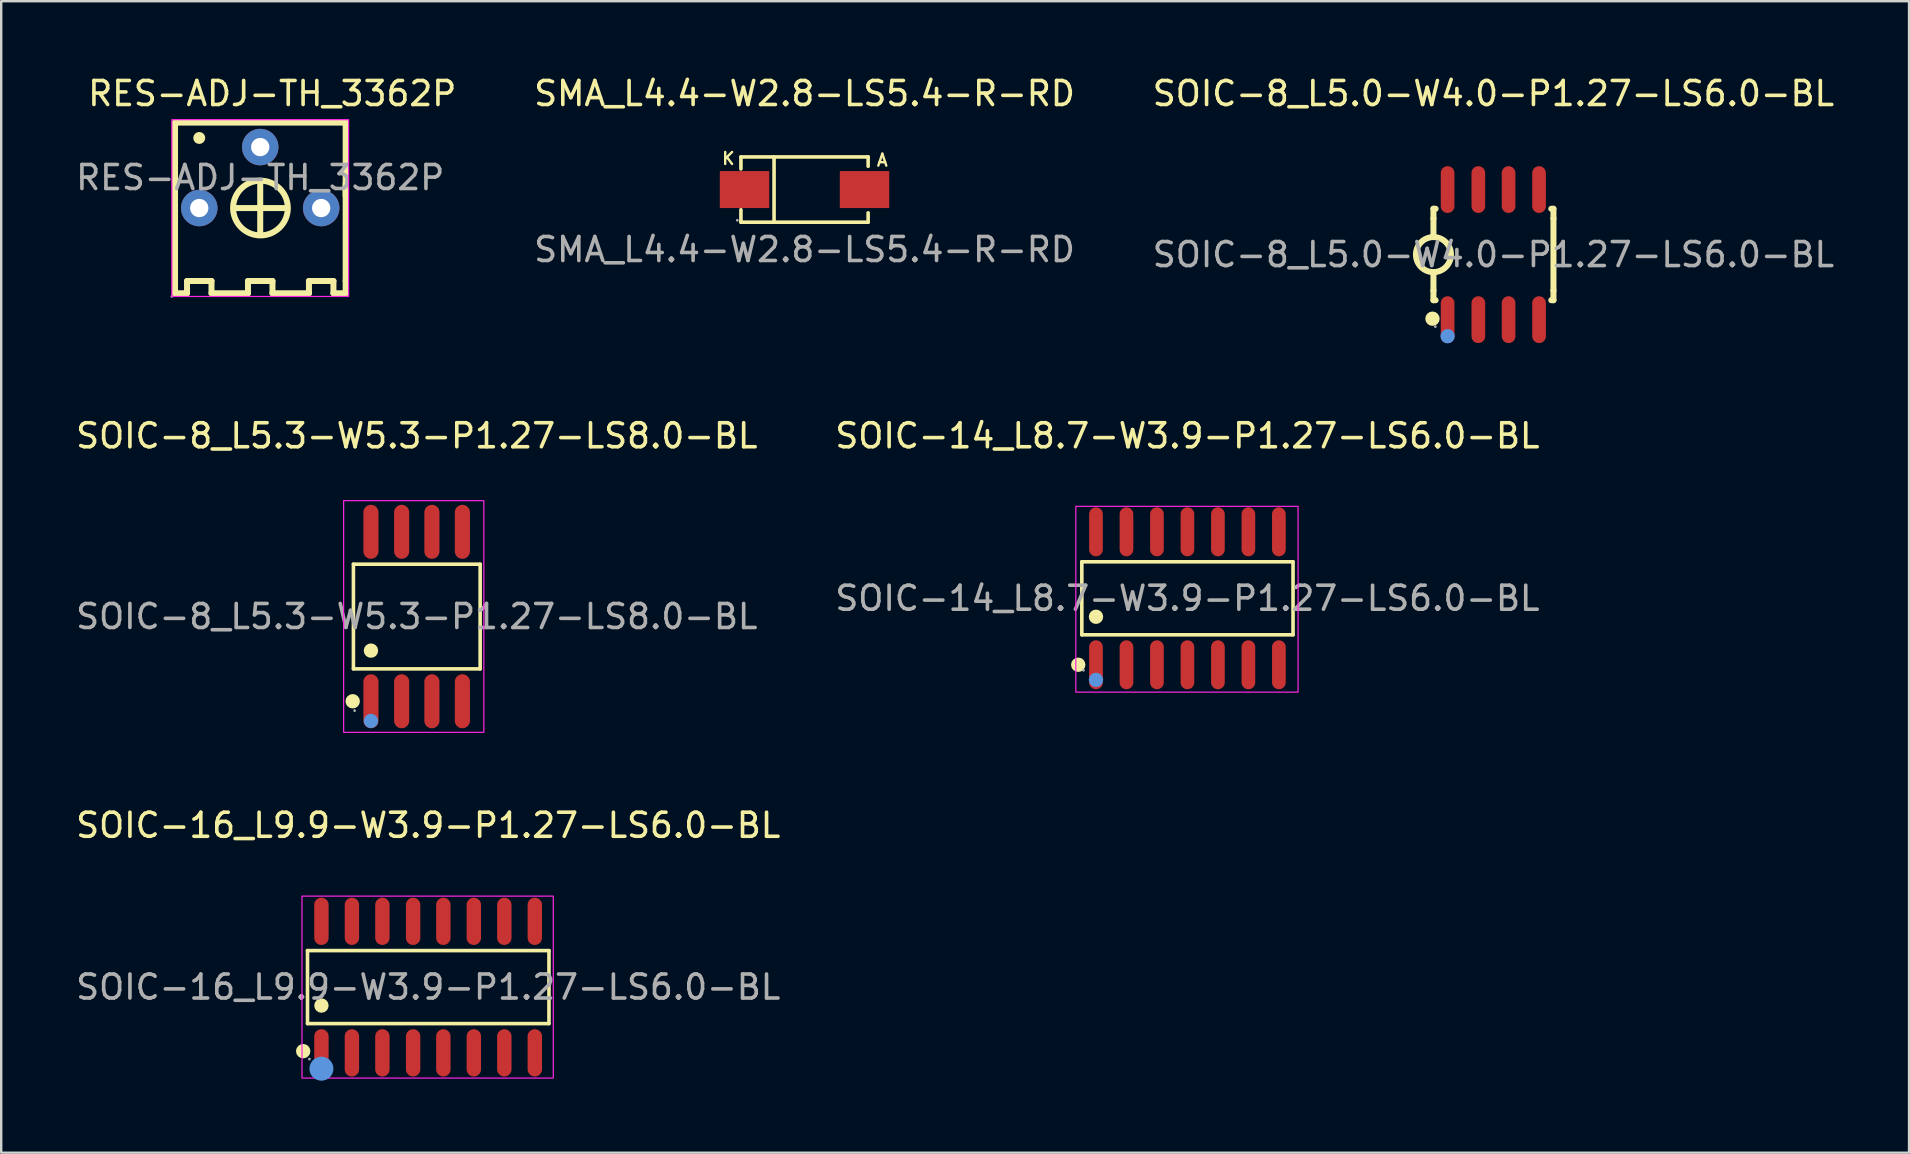
<source format=kicad_pcb>
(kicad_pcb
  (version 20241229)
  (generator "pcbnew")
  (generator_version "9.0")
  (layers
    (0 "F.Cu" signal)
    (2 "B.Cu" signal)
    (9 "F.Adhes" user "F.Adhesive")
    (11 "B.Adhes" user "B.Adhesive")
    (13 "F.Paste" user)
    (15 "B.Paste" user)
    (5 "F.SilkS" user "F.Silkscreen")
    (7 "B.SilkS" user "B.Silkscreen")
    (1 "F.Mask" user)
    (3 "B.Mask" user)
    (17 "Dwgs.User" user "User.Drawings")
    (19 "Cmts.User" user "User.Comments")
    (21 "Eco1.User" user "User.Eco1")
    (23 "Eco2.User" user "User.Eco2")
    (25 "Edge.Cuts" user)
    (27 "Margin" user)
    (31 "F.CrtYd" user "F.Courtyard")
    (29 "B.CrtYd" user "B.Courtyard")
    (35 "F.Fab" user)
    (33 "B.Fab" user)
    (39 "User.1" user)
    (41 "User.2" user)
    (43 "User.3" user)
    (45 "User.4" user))
  (footprint "SOIC-8_L5.0-W4.0-P1.27-LS6.0-BL"
    (layer "F.Cu")
    (at 59.173 7.558)
    (property "Reference" "SOIC-8_L5.0-W4.0-P1.27-LS6.0-BL" (at 0 -6.71 0) (layer "F.SilkS") (effects (font (size 1 1) (thickness 0.15))))
    (attr smd)
    (fp_line (start -2.5 -1.91) (end -2.41 -1.91) (stroke (width 0.25) (type solid)) (layer "F.SilkS"))
    (fp_line (start -2.5 -1.5) (end -2.5 -1.91) (stroke (width 0.25) (type solid)) (layer "F.SilkS"))
    (fp_line (start -2.5 -1.5) (end -2.5 -0.73) (stroke (width 0.25) (type solid)) (layer "F.SilkS"))
    (fp_line (start -2.5 1.5) (end -2.5 0.73) (stroke (width 0.25) (type solid)) (layer "F.SilkS"))
    (fp_line (start -2.5 1.5) (end -2.5 1.9) (stroke (width 0.25) (type solid)) (layer "F.SilkS"))
    (fp_line (start -2.5 1.9) (end -2.41 1.9) (stroke (width 0.25) (type solid)) (layer "F.SilkS"))
    (fp_line (start 2.5 -1.91) (end 2.41 -1.91) (stroke (width 0.25) (type solid)) (layer "F.SilkS"))
    (fp_line (start 2.5 -1.5) (end 2.5 -1.91) (stroke (width 0.25) (type solid)) (layer "F.SilkS"))
    (fp_line (start 2.5 -1.5) (end 2.5 1.5) (stroke (width 0.25) (type solid)) (layer "F.SilkS"))
    (fp_line (start 2.5 1.5) (end 2.5 1.9) (stroke (width 0.25) (type solid)) (layer "F.SilkS"))
    (fp_line (start 2.5 1.9) (end 2.41 1.9) (stroke (width 0.25) (type solid)) (layer "F.SilkS"))
    (fp_arc (start -2.48726 -0.729889) (mid -2.50637 0.729972) (end -2.5 -0.73) (stroke (width 0.25) (type solid)) (layer "F.SilkS"))
    (fp_circle (center -2.54 2.67) (end -2.39 2.67) (stroke (width 0.3) (type solid)) (fill no) (layer "F.SilkS"))
    (fp_circle (center -1.91 3.4) (end -1.76 3.4) (stroke (width 0.3) (type solid)) (fill no) (layer "Cmts.User"))
    (fp_circle (center -2.42 3) (end -2.39 3) (stroke (width 0.06) (type solid)) (fill no) (layer "F.Fab"))
    (fp_text user "${REFERENCE}" (at 0 0 0) (layer "F.Fab") (effects (font (size 1 1) (thickness 0.15))))
    (pad "1" smd oval (at -1.91 2.71) (size 0.57 1.95) (layers "F.Cu" "F.Mask" "F.Paste"))
    (pad "2" smd oval (at -0.63 2.71) (size 0.57 1.95) (layers "F.Cu" "F.Mask" "F.Paste"))
    (pad "3" smd oval (at 0.63 2.71) (size 0.57 1.95) (layers "F.Cu" "F.Mask" "F.Paste"))
    (pad "4" smd oval (at 1.9 2.71) (size 0.57 1.95) (layers "F.Cu" "F.Mask" "F.Paste"))
    (pad "5" smd oval (at 1.9 -2.71) (size 0.57 1.95) (layers "F.Cu" "F.Mask" "F.Paste"))
    (pad "6" smd oval (at 0.63 -2.71) (size 0.57 1.95) (layers "F.Cu" "F.Mask" "F.Paste"))
    (pad "7" smd oval (at -0.63 -2.71) (size 0.57 1.95) (layers "F.Cu" "F.Mask" "F.Paste"))
    (pad "8" smd oval (at -1.91 -2.71) (size 0.57 1.95) (layers "F.Cu" "F.Mask" "F.Paste")))
  (footprint "SOIC-8_L5.3-W5.3-P1.27-LS8.0-BL"
    (layer "F.Cu")
    (at 14.315 22.637)
    (property "Reference" "SOIC-8_L5.3-W5.3-P1.27-LS8.0-BL" (at 0 -7.53 0) (layer "F.SilkS") (effects (font (size 1 1) (thickness 0.15))))
    (attr smd)
    (fp_line (start -2.64 -2.18) (end 2.64 -2.18) (stroke (width 0.15) (type solid)) (layer "F.SilkS"))
    (fp_line (start -2.64 2.18) (end -2.64 -2.18) (stroke (width 0.15) (type solid)) (layer "F.SilkS"))
    (fp_line (start 2.64 -2.18) (end 2.64 2.18) (stroke (width 0.15) (type solid)) (layer "F.SilkS"))
    (fp_line (start 2.64 2.18) (end -2.64 2.18) (stroke (width 0.15) (type solid)) (layer "F.SilkS"))
    (fp_circle (center -2.67 3.53) (end -2.52 3.53) (stroke (width 0.3) (type solid)) (fill no) (layer "F.SilkS"))
    (fp_circle (center -1.91 1.42) (end -1.76 1.42) (stroke (width 0.3) (type solid)) (fill no) (layer "F.SilkS"))
    (fp_circle (center -1.91 4.35) (end -1.76 4.35) (stroke (width 0.3) (type solid)) (fill no) (layer "Cmts.User"))
    (fp_rect (start -3.048 -4.826) (end 2.794 4.826) (stroke (width 0.05) (type default)) (fill no) (layer "F.CrtYd"))
    (fp_circle (center -2.59 3.92) (end -2.56 3.92) (stroke (width 0.06) (type solid)) (fill no) (layer "F.Fab"))
    (fp_text user "${REFERENCE}" (at 0 0 0) (layer "F.Fab") (effects (font (size 1 1) (thickness 0.15))))
    (pad "1" smd oval (at -1.91 3.53) (size 0.63 2.25) (layers "F.Cu" "F.Mask" "F.Paste"))
    (pad "2" smd oval (at -0.63 3.53) (size 0.63 2.25) (layers "F.Cu" "F.Mask" "F.Paste"))
    (pad "3" smd oval (at 0.63 3.53) (size 0.63 2.25) (layers "F.Cu" "F.Mask" "F.Paste"))
    (pad "4" smd oval (at 1.9 3.53) (size 0.63 2.25) (layers "F.Cu" "F.Mask" "F.Paste"))
    (pad "5" smd oval (at 1.9 -3.53) (size 0.63 2.25) (layers "F.Cu" "F.Mask" "F.Paste"))
    (pad "6" smd oval (at 0.63 -3.53) (size 0.63 2.25) (layers "F.Cu" "F.Mask" "F.Paste"))
    (pad "7" smd oval (at -0.63 -3.53) (size 0.63 2.25) (layers "F.Cu" "F.Mask" "F.Paste"))
    (pad "8" smd oval (at -1.91 -3.53) (size 0.63 2.25) (layers "F.Cu" "F.Mask" "F.Paste")))
  (footprint "SMA_L4.4-W2.8-LS5.4-R-RD"
    (layer "F.Cu")
    (at 30.47 4.848)
    (property "Reference" "SMA_L4.4-W2.8-LS5.4-R-RD" (at 0 -4 0) (layer "F.SilkS") (effects (font (size 1 1) (thickness 0.15))))
    (attr smd)
    (fp_line (start -2.65 -1.36) (end -2.65 -0.86) (stroke (width 0.15) (type default)) (layer "F.SilkS"))
    (fp_line (start -2.65 -1.36) (end 2.65 -1.36) (stroke (width 0.15) (type solid)) (layer "F.SilkS"))
    (fp_line (start -2.65 1.36) (end -2.65 0.84) (stroke (width 0.15) (type default)) (layer "F.SilkS"))
    (fp_line (start -2.65 1.36) (end 2.65 1.36) (stroke (width 0.15) (type solid)) (layer "F.SilkS"))
    (fp_line (start -1.27 -1.36) (end -1.27 1.36) (stroke (width 0.15) (type solid)) (layer "F.SilkS"))
    (fp_line (start 2.65 -1.36) (end 2.65 -0.97) (stroke (width 0.15) (type solid)) (layer "F.SilkS"))
    (fp_line (start 2.65 1.36) (end 2.65 0.97) (stroke (width 0.15) (type solid)) (layer "F.SilkS"))
    (fp_circle (center -2.8 1.28) (end -2.77 1.28) (stroke (width 0.06) (type solid)) (fill no) (layer "F.Fab"))
    (fp_text user "K" (at -3.49 -1 0) (unlocked yes) (layer "F.SilkS") (effects (font (size 0.5 0.5) (thickness 0.1)) (justify left bottom)))
    (fp_text user "A" (at 2.96 -0.93 0) (unlocked yes) (layer "F.SilkS") (effects (font (size 0.5 0.5) (thickness 0.1)) (justify left bottom)))
    (fp_text user "${REFERENCE}" (at 0 2.5 0) (layer "F.Fab") (effects (font (size 1 1) (thickness 0.15))))
    (pad "1" smd rect (at 2.5 0) (size 2.06 1.54) (layers "F.Cu" "F.Mask" "F.Paste"))
    (pad "2" smd rect (at -2.5 0) (size 2.06 1.54) (layers "F.Cu" "F.Mask" "F.Paste")))
  (footprint "SOIC-14_L8.7-W3.9-P1.27-LS6.0-BL"
    (layer "F.Cu")
    (at 46.423 21.877)
    (property "Reference" "SOIC-14_L8.7-W3.9-P1.27-LS6.0-BL" (at 0 -6.77 0) (layer "F.SilkS") (effects (font (size 1 1) (thickness 0.15))))
    (attr smd)
    (fp_line (start -4.4 -1.52) (end 4.4 -1.52) (stroke (width 0.15) (type solid)) (layer "F.SilkS"))
    (fp_line (start -4.4 1.52) (end -4.4 -1.52) (stroke (width 0.15) (type solid)) (layer "F.SilkS"))
    (fp_line (start 4.4 -1.52) (end 4.4 1.52) (stroke (width 0.15) (type solid)) (layer "F.SilkS"))
    (fp_line (start 4.4 1.52) (end -4.4 1.52) (stroke (width 0.15) (type solid)) (layer "F.SilkS"))
    (fp_circle (center -4.55 2.77) (end -4.4 2.77) (stroke (width 0.3) (type solid)) (fill no) (layer "F.SilkS"))
    (fp_circle (center -3.81 0.77) (end -3.66 0.77) (stroke (width 0.3) (type solid)) (fill no) (layer "F.SilkS"))
    (fp_circle (center -3.81 3.4) (end -3.66 3.4) (stroke (width 0.3) (type solid)) (fill no) (layer "Cmts.User"))
    (fp_rect (start -4.65 -3.83) (end 4.61 3.91) (stroke (width 0.05) (type default)) (fill no) (layer "F.CrtYd"))
    (fp_circle (center -4.33 3) (end -4.3 3) (stroke (width 0.06) (type solid)) (fill no) (layer "F.Fab"))
    (fp_text user "${REFERENCE}" (at 0 0 0) (layer "F.Fab") (effects (font (size 1 1) (thickness 0.15))))
    (pad "1" smd oval (at -3.81 2.77) (size 0.57 2.04) (layers "F.Cu" "F.Mask" "F.Paste"))
    (pad "2" smd oval (at -2.54 2.77) (size 0.57 2.04) (layers "F.Cu" "F.Mask" "F.Paste"))
    (pad "3" smd oval (at -1.27 2.77) (size 0.57 2.04) (layers "F.Cu" "F.Mask" "F.Paste"))
    (pad "4" smd oval (at 0 2.77) (size 0.57 2.04) (layers "F.Cu" "F.Mask" "F.Paste"))
    (pad "5" smd oval (at 1.27 2.77) (size 0.57 2.04) (layers "F.Cu" "F.Mask" "F.Paste"))
    (pad "6" smd oval (at 2.54 2.77) (size 0.57 2.04) (layers "F.Cu" "F.Mask" "F.Paste"))
    (pad "7" smd oval (at 3.81 2.77) (size 0.57 2.04) (layers "F.Cu" "F.Mask" "F.Paste"))
    (pad "8" smd oval (at 3.81 -2.77) (size 0.57 2.04) (layers "F.Cu" "F.Mask" "F.Paste"))
    (pad "9" smd oval (at 2.54 -2.77) (size 0.57 2.04) (layers "F.Cu" "F.Mask" "F.Paste"))
    (pad "10" smd oval (at 1.27 -2.77) (size 0.57 2.04) (layers "F.Cu" "F.Mask" "F.Paste"))
    (pad "11" smd oval (at 0 -2.77) (size 0.57 2.04) (layers "F.Cu" "F.Mask" "F.Paste"))
    (pad "12" smd oval (at -1.27 -2.77) (size 0.57 2.04) (layers "F.Cu" "F.Mask" "F.Paste"))
    (pad "13" smd oval (at -2.54 -2.77) (size 0.57 2.04) (layers "F.Cu" "F.Mask" "F.Paste"))
    (pad "14" smd oval (at -3.81 -2.77) (size 0.57 2.04) (layers "F.Cu" "F.Mask" "F.Paste")))
  (footprint "SOIC-16_L9.9-W3.9-P1.27-LS6.0-BL"
    (layer "F.Cu")
    (at 14.792 38.076)
    (property "Reference" "SOIC-16_L9.9-W3.9-P1.27-LS6.0-BL" (at 0 -6.74 0) (layer "F.SilkS") (effects (font (size 1 1) (thickness 0.15))))
    (attr through_hole)
    (fp_line (start -5.03 -1.52) (end 5.03 -1.52) (stroke (width 0.15) (type solid)) (layer "F.SilkS"))
    (fp_line (start -5.03 1.52) (end -5.03 -1.52) (stroke (width 0.15) (type solid)) (layer "F.SilkS"))
    (fp_line (start 5.03 -1.52) (end 5.03 1.52) (stroke (width 0.15) (type solid)) (layer "F.SilkS"))
    (fp_line (start 5.03 1.52) (end -5.03 1.52) (stroke (width 0.15) (type solid)) (layer "F.SilkS"))
    (fp_circle (center -5.21 2.67) (end -5.06 2.67) (stroke (width 0.3) (type solid)) (fill no) (layer "F.SilkS"))
    (fp_circle (center -4.45 0.77) (end -4.3 0.77) (stroke (width 0.3) (type solid)) (fill no) (layer "F.SilkS"))
    (fp_circle (center -4.45 3.4) (end -4.2 3.4) (stroke (width 0.5) (type solid)) (fill no) (layer "Cmts.User"))
    (fp_rect (start -5.26 -3.79) (end 5.21 3.79) (stroke (width 0.05) (type default)) (fill no) (layer "F.CrtYd"))
    (fp_circle (center -4.95 3) (end -4.92 3) (stroke (width 0.06) (type solid)) (fill no) (layer "F.Fab"))
    (fp_text user "${REFERENCE}" (at 0 0 0) (layer "F.Fab") (effects (font (size 1 1) (thickness 0.15))))
    (pad "1" smd oval (at -4.45 2.74) (size 0.6 1.97) (layers "F.Cu" "F.Mask" "F.Paste"))
    (pad "2" smd oval (at -3.18 2.74) (size 0.6 1.97) (layers "F.Cu" "F.Mask" "F.Paste"))
    (pad "3" smd oval (at -1.91 2.74) (size 0.6 1.97) (layers "F.Cu" "F.Mask" "F.Paste"))
    (pad "4" smd oval (at -0.63 2.74) (size 0.6 1.97) (layers "F.Cu" "F.Mask" "F.Paste"))
    (pad "5" smd oval (at 0.63 2.74) (size 0.6 1.97) (layers "F.Cu" "F.Mask" "F.Paste"))
    (pad "6" smd oval (at 1.9 2.74) (size 0.6 1.97) (layers "F.Cu" "F.Mask" "F.Paste"))
    (pad "7" smd oval (at 3.17 2.74) (size 0.6 1.97) (layers "F.Cu" "F.Mask" "F.Paste"))
    (pad "8" smd oval (at 4.44 2.74) (size 0.6 1.97) (layers "F.Cu" "F.Mask" "F.Paste"))
    (pad "9" smd oval (at 4.44 -2.74) (size 0.6 1.97) (layers "F.Cu" "F.Mask" "F.Paste"))
    (pad "10" smd oval (at 3.17 -2.74) (size 0.6 1.97) (layers "F.Cu" "F.Mask" "F.Paste"))
    (pad "11" smd oval (at 1.9 -2.74) (size 0.6 1.97) (layers "F.Cu" "F.Mask" "F.Paste"))
    (pad "12" smd oval (at 0.63 -2.74) (size 0.6 1.97) (layers "F.Cu" "F.Mask" "F.Paste"))
    (pad "13" smd oval (at -0.63 -2.74) (size 0.6 1.97) (layers "F.Cu" "F.Mask" "F.Paste"))
    (pad "14" smd oval (at -1.91 -2.74) (size 0.6 1.97) (layers "F.Cu" "F.Mask" "F.Paste"))
    (pad "15" smd oval (at -3.18 -2.74) (size 0.6 1.97) (layers "F.Cu" "F.Mask" "F.Paste"))
    (pad "16" smd oval (at -4.45 -2.74) (size 0.6 1.97) (layers "F.Cu" "F.Mask" "F.Paste")))
  (footprint "RES-ADJ-TH_3362P"
    (layer "F.Cu")
    (at 7.792 4.348)
    (property "Reference" "RES-ADJ-TH_3362P" (at 0.5 -3.5 0) (layer "F.SilkS") (effects (font (size 1 1) (thickness 0.15))))
    (attr through_hole)
    (fp_line (start -3.55 -2.29) (end 3.56 -2.29) (stroke (width 0.25) (type solid)) (layer "F.SilkS"))
    (fp_line (start -3.55 0.76) (end -3.55 -2.29) (stroke (width 0.25) (type solid)) (layer "F.SilkS"))
    (fp_line (start -3.55 4.31) (end -3.55 0.76) (stroke (width 0.25) (type solid)) (layer "F.SilkS"))
    (fp_line (start -3.55 4.82) (end -3.55 4.31) (stroke (width 0.25) (type solid)) (layer "F.SilkS"))
    (fp_line (start -3.05 4.31) (end -3.05 4.82) (stroke (width 0.25) (type solid)) (layer "F.SilkS"))
    (fp_line (start -3.05 4.82) (end -3.55 4.82) (stroke (width 0.25) (type solid)) (layer "F.SilkS"))
    (fp_line (start -2.03 4.31) (end -3.05 4.31) (stroke (width 0.25) (type solid)) (layer "F.SilkS"))
    (fp_line (start -2.03 4.82) (end -2.03 4.31) (stroke (width 0.25) (type solid)) (layer "F.SilkS"))
    (fp_line (start -0.51 4.31) (end -0.51 4.82) (stroke (width 0.25) (type solid)) (layer "F.SilkS"))
    (fp_line (start -0.51 4.82) (end -2.03 4.82) (stroke (width 0.25) (type solid)) (layer "F.SilkS"))
    (fp_line (start 0 2.28) (end 0 0.25) (stroke (width 0.25) (type solid)) (layer "F.SilkS"))
    (fp_line (start 0.51 4.31) (end -0.51 4.31) (stroke (width 0.25) (type solid)) (layer "F.SilkS"))
    (fp_line (start 0.51 4.82) (end 0.51 4.31) (stroke (width 0.25) (type solid)) (layer "F.SilkS"))
    (fp_line (start 1.02 1.27) (end -1.02 1.27) (stroke (width 0.25) (type solid)) (layer "F.SilkS"))
    (fp_line (start 2.03 4.31) (end 2.03 4.82) (stroke (width 0.25) (type solid)) (layer "F.SilkS"))
    (fp_line (start 2.03 4.82) (end 0.51 4.82) (stroke (width 0.25) (type solid)) (layer "F.SilkS"))
    (fp_line (start 3.05 4.31) (end 2.03 4.31) (stroke (width 0.25) (type solid)) (layer "F.SilkS"))
    (fp_line (start 3.05 4.82) (end 3.05 4.31) (stroke (width 0.25) (type solid)) (layer "F.SilkS"))
    (fp_line (start 3.56 -2.29) (end 3.56 0.76) (stroke (width 0.25) (type solid)) (layer "F.SilkS"))
    (fp_line (start 3.56 0.25) (end 3.56 4.31) (stroke (width 0.25) (type solid)) (layer "F.SilkS"))
    (fp_line (start 3.56 4.31) (end 3.56 4.82) (stroke (width 0.25) (type solid)) (layer "F.SilkS"))
    (fp_line (start 3.56 4.82) (end 3.05 4.82) (stroke (width 0.25) (type solid)) (layer "F.SilkS"))
    (fp_arc (start -2.54 -1.65) (mid -2.54 -1.65) (end -2.54 -1.65) (stroke (width 0.25) (type solid)) (layer "F.SilkS"))
    (fp_arc (start 0.02 0.13) (mid 0.010048 2.410044) (end -0.000096 0.130001) (stroke (width 0.25) (type solid)) (layer "F.SilkS"))
    (fp_rect (start -3.683 -2.413) (end 3.683 4.953) (stroke (width 0.05) (type default)) (fill no) (layer "F.CrtYd"))
    (fp_circle (center -3.68 4.95) (end -3.65 4.95) (stroke (width 0.06) (type solid)) (fill no) (layer "F.Fab"))
    (fp_circle (center -2.54 1.27) (end -2.4 1.27) (stroke (width 0.28) (type solid)) (fill no) (layer "F.Fab"))
    (fp_circle (center 0 -1.27) (end 0.14 -1.27) (stroke (width 0.28) (type solid)) (fill no) (layer "F.Fab"))
    (fp_circle (center 2.54 1.27) (end 2.68 1.27) (stroke (width 0.28) (type solid)) (fill no) (layer "F.Fab"))
    (fp_text user "${REFERENCE}" (at 0 0 0) (layer "F.Fab") (effects (font (size 1 1) (thickness 0.15))))
    (pad "1" thru_hole circle (at -2.54 1.27) (size 1.52 1.52) (drill 0.762) (layers "*.Cu" "*.Mask"))
    (pad "2" thru_hole circle (at 0 -1.27) (size 1.52 1.52) (drill 0.762) (layers "*.Cu" "*.Mask"))
    (pad "3" thru_hole circle (at 2.54 1.27) (size 1.52 1.52) (drill 0.762) (layers "*.Cu" "*.Mask")))
  (gr_rect
    (start -3 -3)
    (end 76.488 44.976)
    (stroke (width 0.1) (type default))
    (fill no)
    (layer "Edge.Cuts")))
</source>
